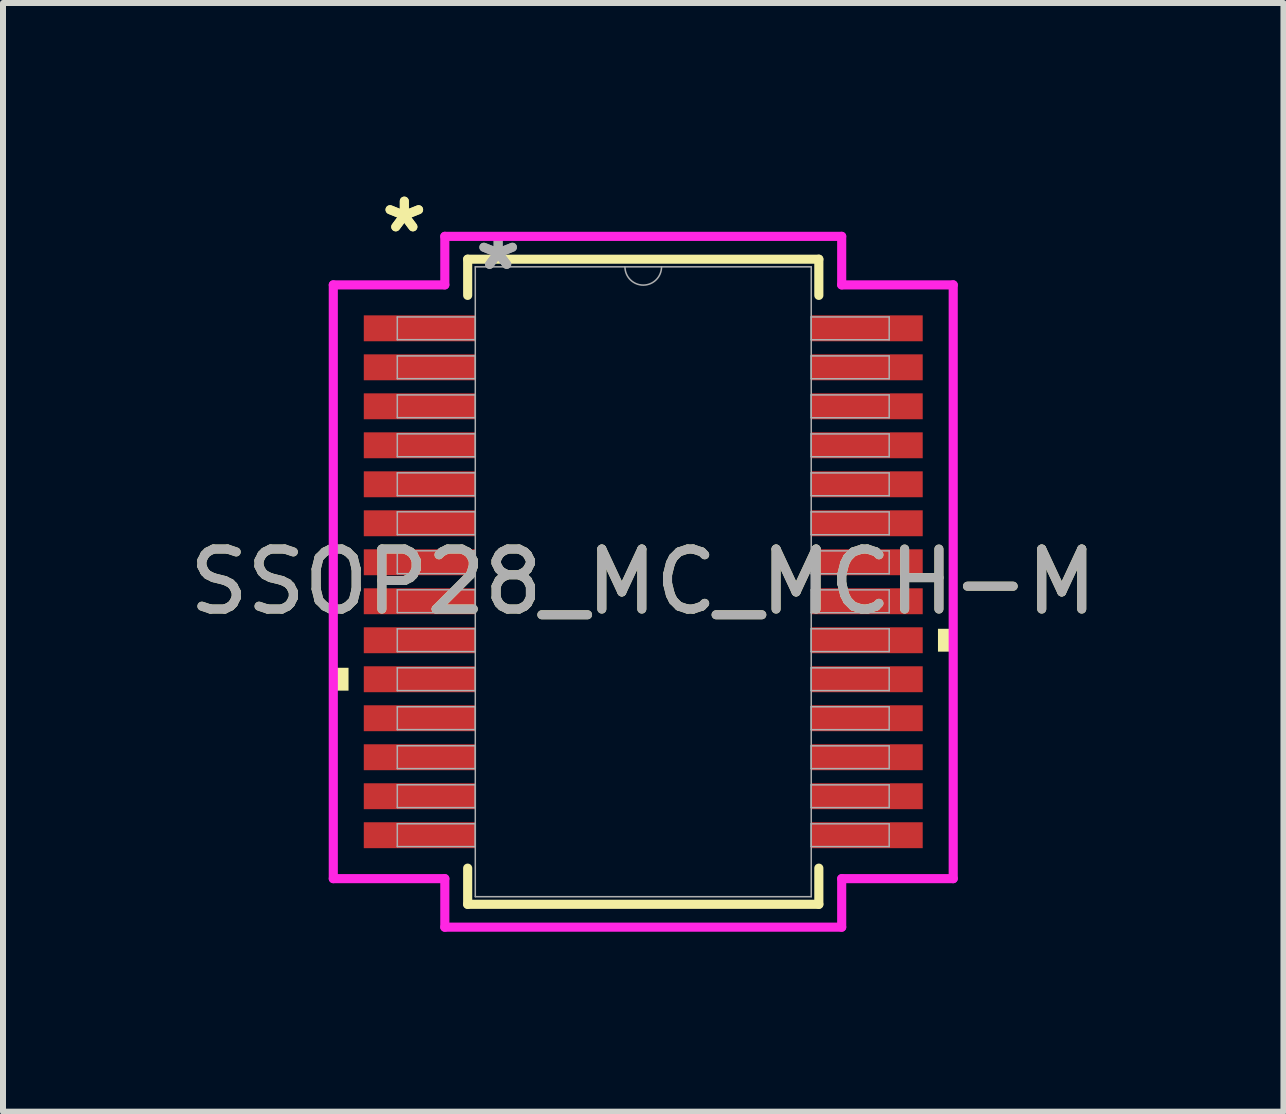
<source format=kicad_pcb>
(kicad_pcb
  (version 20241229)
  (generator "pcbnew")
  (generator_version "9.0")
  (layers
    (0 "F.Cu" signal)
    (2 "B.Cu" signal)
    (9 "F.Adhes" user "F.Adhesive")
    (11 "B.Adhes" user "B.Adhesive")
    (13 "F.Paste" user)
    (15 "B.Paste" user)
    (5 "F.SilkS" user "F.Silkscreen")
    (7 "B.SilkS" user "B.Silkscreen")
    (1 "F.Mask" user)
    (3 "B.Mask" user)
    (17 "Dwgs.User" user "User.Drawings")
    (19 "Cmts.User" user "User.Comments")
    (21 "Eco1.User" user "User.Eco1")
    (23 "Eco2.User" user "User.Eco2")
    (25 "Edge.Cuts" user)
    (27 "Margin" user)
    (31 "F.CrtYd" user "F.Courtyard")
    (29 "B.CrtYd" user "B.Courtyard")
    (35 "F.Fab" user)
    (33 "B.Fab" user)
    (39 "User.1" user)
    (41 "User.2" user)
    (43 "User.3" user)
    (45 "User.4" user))
  (footprint "SSOP28_MC_MCH-M"
    (layer "F.Cu")
    (at 7.673 6.648)
    (property "Reference" "SSOP28_MC_MCH-M" (at 0 0 0) (unlocked yes) (layer "F.SilkS") (effects (font (size 1 1) (thickness 0.15))))
    (attr smd)
    (fp_line (start -2.927 -5.377) (end -2.927 -4.774) (stroke (width 0.152) (type solid)) (layer "F.SilkS"))
    (fp_line (start -2.927 4.774) (end -2.927 5.377) (stroke (width 0.152) (type solid)) (layer "F.SilkS"))
    (fp_line (start -2.927 5.377) (end 2.927 5.377) (stroke (width 0.152) (type solid)) (layer "F.SilkS"))
    (fp_line (start 2.927 -5.377) (end -2.927 -5.377) (stroke (width 0.152) (type solid)) (layer "F.SilkS"))
    (fp_line (start 2.927 -4.774) (end 2.927 -5.377) (stroke (width 0.152) (type solid)) (layer "F.SilkS"))
    (fp_line (start 2.927 5.377) (end 2.927 4.774) (stroke (width 0.152) (type solid)) (layer "F.SilkS"))
    (fp_poly (pts (xy -5.167 1.434) (xy -5.167 1.815) (xy -4.913 1.815) (xy -4.913 1.434)) (stroke (width 0) (type solid)) (fill yes) (layer "F.SilkS"))
    (fp_poly (pts (xy 5.167 0.784) (xy 5.167 1.165) (xy 4.913 1.165) (xy 4.913 0.784)) (stroke (width 0) (type solid)) (fill yes) (layer "F.SilkS"))
    (fp_line (start -5.167 -4.949) (end -3.308 -4.949) (stroke (width 0.152) (type solid)) (layer "F.CrtYd"))
    (fp_line (start -5.167 4.949) (end -5.167 -4.949) (stroke (width 0.152) (type solid)) (layer "F.CrtYd"))
    (fp_line (start -5.167 4.949) (end -3.308 4.949) (stroke (width 0.152) (type solid)) (layer "F.CrtYd"))
    (fp_line (start -3.308 -5.758) (end 3.308 -5.758) (stroke (width 0.152) (type solid)) (layer "F.CrtYd"))
    (fp_line (start -3.308 -4.949) (end -3.308 -5.758) (stroke (width 0.152) (type solid)) (layer "F.CrtYd"))
    (fp_line (start -3.308 5.758) (end -3.308 4.949) (stroke (width 0.152) (type solid)) (layer "F.CrtYd"))
    (fp_line (start 3.308 -5.758) (end 3.308 -4.949) (stroke (width 0.152) (type solid)) (layer "F.CrtYd"))
    (fp_line (start 3.308 4.949) (end 3.308 5.758) (stroke (width 0.152) (type solid)) (layer "F.CrtYd"))
    (fp_line (start 3.308 5.758) (end -3.308 5.758) (stroke (width 0.152) (type solid)) (layer "F.CrtYd"))
    (fp_line (start 5.167 -4.949) (end 3.308 -4.949) (stroke (width 0.152) (type solid)) (layer "F.CrtYd"))
    (fp_line (start 5.167 -4.949) (end 5.167 4.949) (stroke (width 0.152) (type solid)) (layer "F.CrtYd"))
    (fp_line (start 5.167 4.949) (end 3.308 4.949) (stroke (width 0.152) (type solid)) (layer "F.CrtYd"))
    (fp_line (start -4.1 -4.415) (end -4.1 -4.035) (stroke (width 0.025) (type solid)) (layer "F.Fab"))
    (fp_line (start -4.1 -4.035) (end -2.8 -4.035) (stroke (width 0.025) (type solid)) (layer "F.Fab"))
    (fp_line (start -4.1 -3.765) (end -4.1 -3.385) (stroke (width 0.025) (type solid)) (layer "F.Fab"))
    (fp_line (start -4.1 -3.385) (end -2.8 -3.385) (stroke (width 0.025) (type solid)) (layer "F.Fab"))
    (fp_line (start -4.1 -3.115) (end -4.1 -2.735) (stroke (width 0.025) (type solid)) (layer "F.Fab"))
    (fp_line (start -4.1 -2.735) (end -2.8 -2.735) (stroke (width 0.025) (type solid)) (layer "F.Fab"))
    (fp_line (start -4.1 -2.466) (end -4.1 -2.084) (stroke (width 0.025) (type solid)) (layer "F.Fab"))
    (fp_line (start -4.1 -2.084) (end -2.8 -2.084) (stroke (width 0.025) (type solid)) (layer "F.Fab"))
    (fp_line (start -4.1 -1.816) (end -4.1 -1.435) (stroke (width 0.025) (type solid)) (layer "F.Fab"))
    (fp_line (start -4.1 -1.435) (end -2.8 -1.435) (stroke (width 0.025) (type solid)) (layer "F.Fab"))
    (fp_line (start -4.1 -1.166) (end -4.1 -0.785) (stroke (width 0.025) (type solid)) (layer "F.Fab"))
    (fp_line (start -4.1 -0.785) (end -2.8 -0.785) (stroke (width 0.025) (type solid)) (layer "F.Fab"))
    (fp_line (start -4.1 -0.516) (end -4.1 -0.135) (stroke (width 0.025) (type solid)) (layer "F.Fab"))
    (fp_line (start -4.1 -0.135) (end -2.8 -0.135) (stroke (width 0.025) (type solid)) (layer "F.Fab"))
    (fp_line (start -4.1 0.134) (end -4.1 0.515) (stroke (width 0.025) (type solid)) (layer "F.Fab"))
    (fp_line (start -4.1 0.515) (end -2.8 0.515) (stroke (width 0.025) (type solid)) (layer "F.Fab"))
    (fp_line (start -4.1 0.784) (end -4.1 1.165) (stroke (width 0.025) (type solid)) (layer "F.Fab"))
    (fp_line (start -4.1 1.165) (end -2.8 1.165) (stroke (width 0.025) (type solid)) (layer "F.Fab"))
    (fp_line (start -4.1 1.434) (end -4.1 1.815) (stroke (width 0.025) (type solid)) (layer "F.Fab"))
    (fp_line (start -4.1 1.815) (end -2.8 1.815) (stroke (width 0.025) (type solid)) (layer "F.Fab"))
    (fp_line (start -4.1 2.084) (end -4.1 2.465) (stroke (width 0.025) (type solid)) (layer "F.Fab"))
    (fp_line (start -4.1 2.465) (end -2.8 2.465) (stroke (width 0.025) (type solid)) (layer "F.Fab"))
    (fp_line (start -4.1 2.734) (end -4.1 3.115) (stroke (width 0.025) (type solid)) (layer "F.Fab"))
    (fp_line (start -4.1 3.115) (end -2.8 3.115) (stroke (width 0.025) (type solid)) (layer "F.Fab"))
    (fp_line (start -4.1 3.384) (end -4.1 3.765) (stroke (width 0.025) (type solid)) (layer "F.Fab"))
    (fp_line (start -4.1 3.765) (end -2.8 3.765) (stroke (width 0.025) (type solid)) (layer "F.Fab"))
    (fp_line (start -4.1 4.034) (end -4.1 4.415) (stroke (width 0.025) (type solid)) (layer "F.Fab"))
    (fp_line (start -4.1 4.415) (end -2.8 4.415) (stroke (width 0.025) (type solid)) (layer "F.Fab"))
    (fp_line (start -2.8 -5.25) (end -2.8 5.25) (stroke (width 0.025) (type solid)) (layer "F.Fab"))
    (fp_line (start -2.8 -4.415) (end -4.1 -4.415) (stroke (width 0.025) (type solid)) (layer "F.Fab"))
    (fp_line (start -2.8 -4.035) (end -2.8 -4.415) (stroke (width 0.025) (type solid)) (layer "F.Fab"))
    (fp_line (start -2.8 -3.765) (end -4.1 -3.765) (stroke (width 0.025) (type solid)) (layer "F.Fab"))
    (fp_line (start -2.8 -3.385) (end -2.8 -3.765) (stroke (width 0.025) (type solid)) (layer "F.Fab"))
    (fp_line (start -2.8 -3.115) (end -4.1 -3.115) (stroke (width 0.025) (type solid)) (layer "F.Fab"))
    (fp_line (start -2.8 -2.735) (end -2.8 -3.115) (stroke (width 0.025) (type solid)) (layer "F.Fab"))
    (fp_line (start -2.8 -2.466) (end -4.1 -2.466) (stroke (width 0.025) (type solid)) (layer "F.Fab"))
    (fp_line (start -2.8 -2.084) (end -2.8 -2.466) (stroke (width 0.025) (type solid)) (layer "F.Fab"))
    (fp_line (start -2.8 -1.816) (end -4.1 -1.816) (stroke (width 0.025) (type solid)) (layer "F.Fab"))
    (fp_line (start -2.8 -1.435) (end -2.8 -1.816) (stroke (width 0.025) (type solid)) (layer "F.Fab"))
    (fp_line (start -2.8 -1.166) (end -4.1 -1.166) (stroke (width 0.025) (type solid)) (layer "F.Fab"))
    (fp_line (start -2.8 -0.785) (end -2.8 -1.166) (stroke (width 0.025) (type solid)) (layer "F.Fab"))
    (fp_line (start -2.8 -0.516) (end -4.1 -0.516) (stroke (width 0.025) (type solid)) (layer "F.Fab"))
    (fp_line (start -2.8 -0.135) (end -2.8 -0.516) (stroke (width 0.025) (type solid)) (layer "F.Fab"))
    (fp_line (start -2.8 0.134) (end -4.1 0.134) (stroke (width 0.025) (type solid)) (layer "F.Fab"))
    (fp_line (start -2.8 0.515) (end -2.8 0.134) (stroke (width 0.025) (type solid)) (layer "F.Fab"))
    (fp_line (start -2.8 0.784) (end -4.1 0.784) (stroke (width 0.025) (type solid)) (layer "F.Fab"))
    (fp_line (start -2.8 1.165) (end -2.8 0.784) (stroke (width 0.025) (type solid)) (layer "F.Fab"))
    (fp_line (start -2.8 1.434) (end -4.1 1.434) (stroke (width 0.025) (type solid)) (layer "F.Fab"))
    (fp_line (start -2.8 1.815) (end -2.8 1.434) (stroke (width 0.025) (type solid)) (layer "F.Fab"))
    (fp_line (start -2.8 2.084) (end -4.1 2.084) (stroke (width 0.025) (type solid)) (layer "F.Fab"))
    (fp_line (start -2.8 2.465) (end -2.8 2.084) (stroke (width 0.025) (type solid)) (layer "F.Fab"))
    (fp_line (start -2.8 2.734) (end -4.1 2.734) (stroke (width 0.025) (type solid)) (layer "F.Fab"))
    (fp_line (start -2.8 3.115) (end -2.8 2.734) (stroke (width 0.025) (type solid)) (layer "F.Fab"))
    (fp_line (start -2.8 3.384) (end -4.1 3.384) (stroke (width 0.025) (type solid)) (layer "F.Fab"))
    (fp_line (start -2.8 3.765) (end -2.8 3.384) (stroke (width 0.025) (type solid)) (layer "F.Fab"))
    (fp_line (start -2.8 4.034) (end -4.1 4.034) (stroke (width 0.025) (type solid)) (layer "F.Fab"))
    (fp_line (start -2.8 4.415) (end -2.8 4.034) (stroke (width 0.025) (type solid)) (layer "F.Fab"))
    (fp_line (start -2.8 5.25) (end 2.8 5.25) (stroke (width 0.025) (type solid)) (layer "F.Fab"))
    (fp_line (start 2.8 -5.25) (end -2.8 -5.25) (stroke (width 0.025) (type solid)) (layer "F.Fab"))
    (fp_line (start 2.8 -4.415) (end 2.8 -4.034) (stroke (width 0.025) (type solid)) (layer "F.Fab"))
    (fp_line (start 2.8 -4.034) (end 4.1 -4.034) (stroke (width 0.025) (type solid)) (layer "F.Fab"))
    (fp_line (start 2.8 -3.765) (end 2.8 -3.384) (stroke (width 0.025) (type solid)) (layer "F.Fab"))
    (fp_line (start 2.8 -3.384) (end 4.1 -3.384) (stroke (width 0.025) (type solid)) (layer "F.Fab"))
    (fp_line (start 2.8 -3.115) (end 2.8 -2.734) (stroke (width 0.025) (type solid)) (layer "F.Fab"))
    (fp_line (start 2.8 -2.734) (end 4.1 -2.734) (stroke (width 0.025) (type solid)) (layer "F.Fab"))
    (fp_line (start 2.8 -2.465) (end 2.8 -2.084) (stroke (width 0.025) (type solid)) (layer "F.Fab"))
    (fp_line (start 2.8 -2.084) (end 4.1 -2.084) (stroke (width 0.025) (type solid)) (layer "F.Fab"))
    (fp_line (start 2.8 -1.815) (end 2.8 -1.434) (stroke (width 0.025) (type solid)) (layer "F.Fab"))
    (fp_line (start 2.8 -1.434) (end 4.1 -1.434) (stroke (width 0.025) (type solid)) (layer "F.Fab"))
    (fp_line (start 2.8 -1.165) (end 2.8 -0.784) (stroke (width 0.025) (type solid)) (layer "F.Fab"))
    (fp_line (start 2.8 -0.784) (end 4.1 -0.784) (stroke (width 0.025) (type solid)) (layer "F.Fab"))
    (fp_line (start 2.8 -0.515) (end 2.8 -0.134) (stroke (width 0.025) (type solid)) (layer "F.Fab"))
    (fp_line (start 2.8 -0.134) (end 4.1 -0.134) (stroke (width 0.025) (type solid)) (layer "F.Fab"))
    (fp_line (start 2.8 0.135) (end 2.8 0.516) (stroke (width 0.025) (type solid)) (layer "F.Fab"))
    (fp_line (start 2.8 0.516) (end 4.1 0.516) (stroke (width 0.025) (type solid)) (layer "F.Fab"))
    (fp_line (start 2.8 0.784) (end 2.8 1.165) (stroke (width 0.025) (type solid)) (layer "F.Fab"))
    (fp_line (start 2.8 1.165) (end 4.1 1.165) (stroke (width 0.025) (type solid)) (layer "F.Fab"))
    (fp_line (start 2.8 1.435) (end 2.8 1.815) (stroke (width 0.025) (type solid)) (layer "F.Fab"))
    (fp_line (start 2.8 1.815) (end 4.1 1.815) (stroke (width 0.025) (type solid)) (layer "F.Fab"))
    (fp_line (start 2.8 2.084) (end 2.8 2.466) (stroke (width 0.025) (type solid)) (layer "F.Fab"))
    (fp_line (start 2.8 2.466) (end 4.1 2.466) (stroke (width 0.025) (type solid)) (layer "F.Fab"))
    (fp_line (start 2.8 2.735) (end 2.8 3.115) (stroke (width 0.025) (type solid)) (layer "F.Fab"))
    (fp_line (start 2.8 3.115) (end 4.1 3.115) (stroke (width 0.025) (type solid)) (layer "F.Fab"))
    (fp_line (start 2.8 3.385) (end 2.8 3.765) (stroke (width 0.025) (type solid)) (layer "F.Fab"))
    (fp_line (start 2.8 3.765) (end 4.1 3.765) (stroke (width 0.025) (type solid)) (layer "F.Fab"))
    (fp_line (start 2.8 4.035) (end 2.8 4.415) (stroke (width 0.025) (type solid)) (layer "F.Fab"))
    (fp_line (start 2.8 4.415) (end 4.1 4.415) (stroke (width 0.025) (type solid)) (layer "F.Fab"))
    (fp_line (start 2.8 5.25) (end 2.8 -5.25) (stroke (width 0.025) (type solid)) (layer "F.Fab"))
    (fp_line (start 4.1 -4.415) (end 2.8 -4.415) (stroke (width 0.025) (type solid)) (layer "F.Fab"))
    (fp_line (start 4.1 -4.034) (end 4.1 -4.415) (stroke (width 0.025) (type solid)) (layer "F.Fab"))
    (fp_line (start 4.1 -3.765) (end 2.8 -3.765) (stroke (width 0.025) (type solid)) (layer "F.Fab"))
    (fp_line (start 4.1 -3.384) (end 4.1 -3.765) (stroke (width 0.025) (type solid)) (layer "F.Fab"))
    (fp_line (start 4.1 -3.115) (end 2.8 -3.115) (stroke (width 0.025) (type solid)) (layer "F.Fab"))
    (fp_line (start 4.1 -2.734) (end 4.1 -3.115) (stroke (width 0.025) (type solid)) (layer "F.Fab"))
    (fp_line (start 4.1 -2.465) (end 2.8 -2.465) (stroke (width 0.025) (type solid)) (layer "F.Fab"))
    (fp_line (start 4.1 -2.084) (end 4.1 -2.465) (stroke (width 0.025) (type solid)) (layer "F.Fab"))
    (fp_line (start 4.1 -1.815) (end 2.8 -1.815) (stroke (width 0.025) (type solid)) (layer "F.Fab"))
    (fp_line (start 4.1 -1.434) (end 4.1 -1.815) (stroke (width 0.025) (type solid)) (layer "F.Fab"))
    (fp_line (start 4.1 -1.165) (end 2.8 -1.165) (stroke (width 0.025) (type solid)) (layer "F.Fab"))
    (fp_line (start 4.1 -0.784) (end 4.1 -1.165) (stroke (width 0.025) (type solid)) (layer "F.Fab"))
    (fp_line (start 4.1 -0.515) (end 2.8 -0.515) (stroke (width 0.025) (type solid)) (layer "F.Fab"))
    (fp_line (start 4.1 -0.134) (end 4.1 -0.515) (stroke (width 0.025) (type solid)) (layer "F.Fab"))
    (fp_line (start 4.1 0.135) (end 2.8 0.135) (stroke (width 0.025) (type solid)) (layer "F.Fab"))
    (fp_line (start 4.1 0.516) (end 4.1 0.135) (stroke (width 0.025) (type solid)) (layer "F.Fab"))
    (fp_line (start 4.1 0.784) (end 2.8 0.784) (stroke (width 0.025) (type solid)) (layer "F.Fab"))
    (fp_line (start 4.1 1.165) (end 4.1 0.784) (stroke (width 0.025) (type solid)) (layer "F.Fab"))
    (fp_line (start 4.1 1.435) (end 2.8 1.435) (stroke (width 0.025) (type solid)) (layer "F.Fab"))
    (fp_line (start 4.1 1.815) (end 4.1 1.435) (stroke (width 0.025) (type solid)) (layer "F.Fab"))
    (fp_line (start 4.1 2.084) (end 2.8 2.084) (stroke (width 0.025) (type solid)) (layer "F.Fab"))
    (fp_line (start 4.1 2.466) (end 4.1 2.084) (stroke (width 0.025) (type solid)) (layer "F.Fab"))
    (fp_line (start 4.1 2.735) (end 2.8 2.735) (stroke (width 0.025) (type solid)) (layer "F.Fab"))
    (fp_line (start 4.1 3.115) (end 4.1 2.735) (stroke (width 0.025) (type solid)) (layer "F.Fab"))
    (fp_line (start 4.1 3.385) (end 2.8 3.385) (stroke (width 0.025) (type solid)) (layer "F.Fab"))
    (fp_line (start 4.1 3.765) (end 4.1 3.385) (stroke (width 0.025) (type solid)) (layer "F.Fab"))
    (fp_line (start 4.1 4.035) (end 2.8 4.035) (stroke (width 0.025) (type solid)) (layer "F.Fab"))
    (fp_line (start 4.1 4.415) (end 4.1 4.035) (stroke (width 0.025) (type solid)) (layer "F.Fab"))
    (fp_arc (start 0.3048 -5.25) (mid 0 -4.9452) (end -0.3048 -5.25) (stroke (width 0.0254) (type solid)) (layer "F.Fab"))
    (fp_text user "*" (at -3.983 -5.8 0) (layer "F.SilkS") (effects (font (size 1 1) (thickness 0.15))))
    (fp_text user "*" (at -3.983 -5.8 0) (unlocked yes) (layer "F.SilkS") (effects (font (size 1 1) (thickness 0.15))))
    (fp_text user "*" (at -2.419 -5.174 0) (unlocked yes) (layer "F.Fab") (effects (font (size 1 1) (thickness 0.15))))
    (fp_text user "*" (at -2.419 -5.174 0) (layer "F.Fab") (effects (font (size 1 1) (thickness 0.15))))
    (fp_text user "${REFERENCE}" (at 0 0 0) (unlocked yes) (layer "F.Fab") (effects (font (size 1 1) (thickness 0.15))))
    (pad "1" smd rect (at -3.729 -4.225) (size 1.859 0.432) (layers "F.Cu" "F.Mask" "F.Paste"))
    (pad "2" smd rect (at -3.729 -3.575) (size 1.859 0.432) (layers "F.Cu" "F.Mask" "F.Paste"))
    (pad "3" smd rect (at -3.729 -2.925) (size 1.859 0.432) (layers "F.Cu" "F.Mask" "F.Paste"))
    (pad "4" smd rect (at -3.729 -2.275) (size 1.859 0.432) (layers "F.Cu" "F.Mask" "F.Paste"))
    (pad "5" smd rect (at -3.729 -1.625) (size 1.859 0.432) (layers "F.Cu" "F.Mask" "F.Paste"))
    (pad "6" smd rect (at -3.729 -0.975) (size 1.859 0.432) (layers "F.Cu" "F.Mask" "F.Paste"))
    (pad "7" smd rect (at -3.729 -0.325) (size 1.859 0.432) (layers "F.Cu" "F.Mask" "F.Paste"))
    (pad "8" smd rect (at -3.729 0.325) (size 1.859 0.432) (layers "F.Cu" "F.Mask" "F.Paste"))
    (pad "9" smd rect (at -3.729 0.975) (size 1.859 0.432) (layers "F.Cu" "F.Mask" "F.Paste"))
    (pad "10" smd rect (at -3.729 1.625) (size 1.859 0.432) (layers "F.Cu" "F.Mask" "F.Paste"))
    (pad "11" smd rect (at -3.729 2.275) (size 1.859 0.432) (layers "F.Cu" "F.Mask" "F.Paste"))
    (pad "12" smd rect (at -3.729 2.925) (size 1.859 0.432) (layers "F.Cu" "F.Mask" "F.Paste"))
    (pad "13" smd rect (at -3.729 3.575) (size 1.859 0.432) (layers "F.Cu" "F.Mask" "F.Paste"))
    (pad "14" smd rect (at -3.729 4.225) (size 1.859 0.432) (layers "F.Cu" "F.Mask" "F.Paste"))
    (pad "15" smd rect (at 3.729 4.225) (size 1.859 0.432) (layers "F.Cu" "F.Mask" "F.Paste"))
    (pad "16" smd rect (at 3.729 3.575) (size 1.859 0.432) (layers "F.Cu" "F.Mask" "F.Paste"))
    (pad "17" smd rect (at 3.729 2.925) (size 1.859 0.432) (layers "F.Cu" "F.Mask" "F.Paste"))
    (pad "18" smd rect (at 3.729 2.275) (size 1.859 0.432) (layers "F.Cu" "F.Mask" "F.Paste"))
    (pad "19" smd rect (at 3.729 1.625) (size 1.859 0.432) (layers "F.Cu" "F.Mask" "F.Paste"))
    (pad "20" smd rect (at 3.729 0.975) (size 1.859 0.432) (layers "F.Cu" "F.Mask" "F.Paste"))
    (pad "21" smd rect (at 3.729 0.325) (size 1.859 0.432) (layers "F.Cu" "F.Mask" "F.Paste"))
    (pad "22" smd rect (at 3.729 -0.325) (size 1.859 0.432) (layers "F.Cu" "F.Mask" "F.Paste"))
    (pad "23" smd rect (at 3.729 -0.975) (size 1.859 0.432) (layers "F.Cu" "F.Mask" "F.Paste"))
    (pad "24" smd rect (at 3.729 -1.625) (size 1.859 0.432) (layers "F.Cu" "F.Mask" "F.Paste"))
    (pad "25" smd rect (at 3.729 -2.275) (size 1.859 0.432) (layers "F.Cu" "F.Mask" "F.Paste"))
    (pad "26" smd rect (at 3.729 -2.925) (size 1.859 0.432) (layers "F.Cu" "F.Mask" "F.Paste"))
    (pad "27" smd rect (at 3.729 -3.575) (size 1.859 0.432) (layers "F.Cu" "F.Mask" "F.Paste"))
    (pad "28" smd rect (at 3.729 -4.225) (size 1.859 0.432) (layers "F.Cu" "F.Mask" "F.Paste")))
  (gr_rect
    (start -3 -3)
    (end 18.345 15.482)
    (stroke (width 0.1) (type default))
    (fill no)
    (layer "Edge.Cuts")))
</source>
